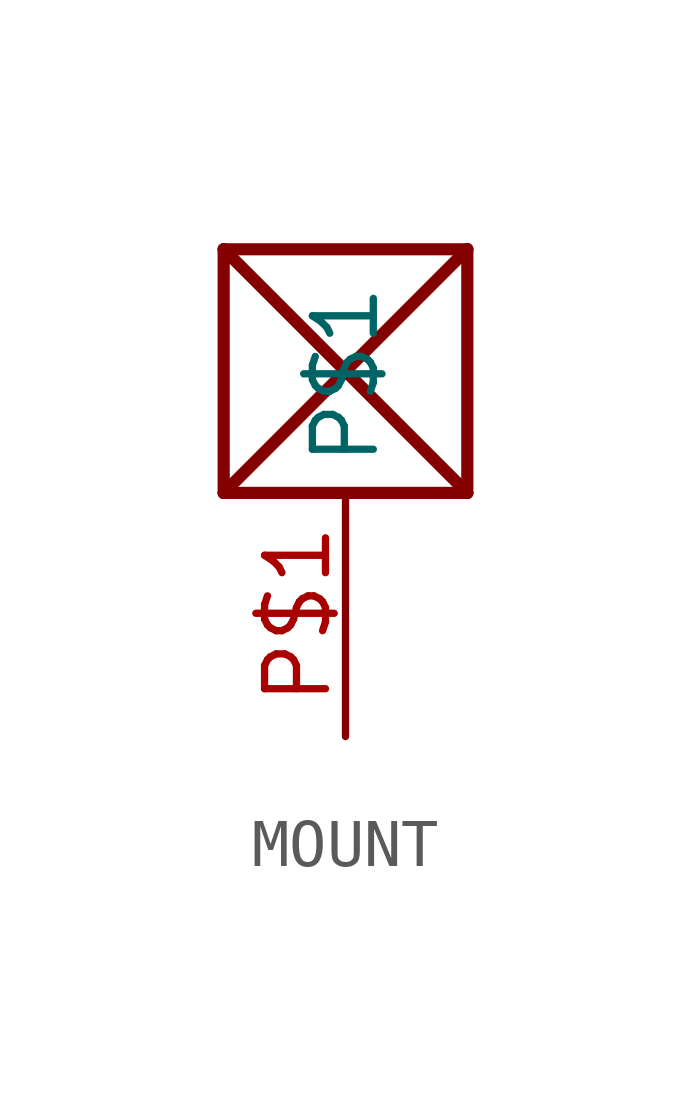
<source format=kicad_sym>
(kicad_symbol_lib
  (version 20220914)
  (generator kicad_symbol_editor)
  (symbol "MOUNT"
    (property "Reference" ""
      (at -2.54 5.08 0)
      (effects (font (size 1.27 1.079)) (justify left bottom) hide))
    (property "ki_locked" ""
      (at 0 0 0)
      (effects (font (size 1.27 1.27))))
    (symbol "MOUNT_1_0"
      (polyline (pts (xy -2.54 -2.54) (xy -2.54 2.54)) (stroke (width 0.254) (type solid)) (fill (type none)))
      (polyline (pts (xy -2.54 2.54) (xy 2.54 -2.54)) (stroke (width 0.254) (type solid)) (fill (type none)))
      (polyline (pts (xy -2.54 2.54) (xy 2.54 2.54)) (stroke (width 0.254) (type solid)) (fill (type none)))
      (polyline (pts (xy 2.54 -2.54) (xy -2.54 -2.54)) (stroke (width 0.254) (type solid)) (fill (type none)))
      (polyline (pts (xy 2.54 -2.54) (xy 2.54 2.54)) (stroke (width 0.254) (type solid)) (fill (type none)))
      (polyline (pts (xy 2.54 2.54) (xy -2.54 -2.54)) (stroke (width 0.254) (type solid)) (fill (type none)))
      (pin bidirectional line (at 0 -7.62 90) (length 5.08) (name "P$1" (effects (font (size 1.27 1.27)))) (number "P$1" (effects (font (size 1.27 1.27))))))))
</source>
